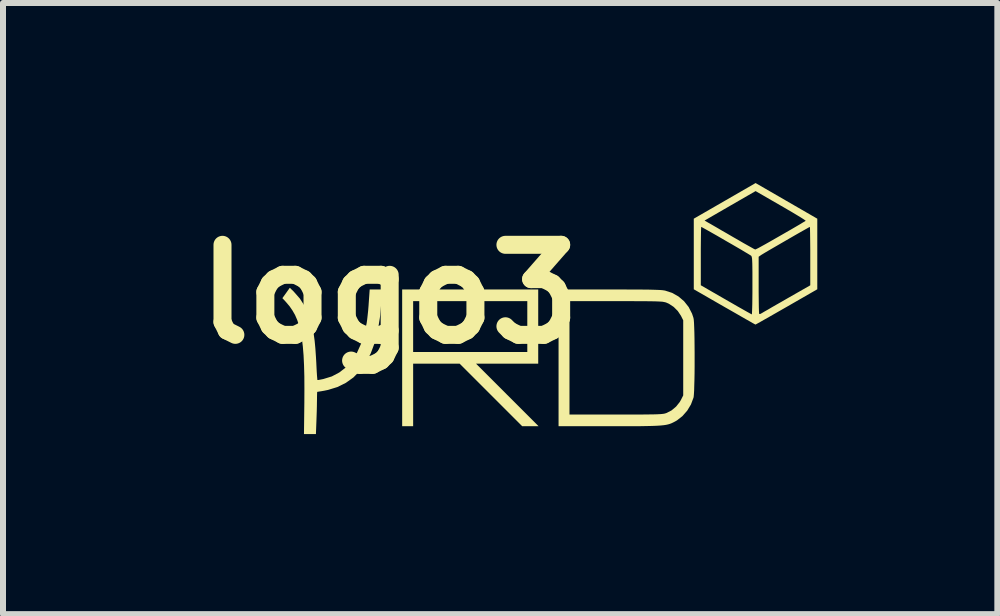
<source format=kicad_pcb>
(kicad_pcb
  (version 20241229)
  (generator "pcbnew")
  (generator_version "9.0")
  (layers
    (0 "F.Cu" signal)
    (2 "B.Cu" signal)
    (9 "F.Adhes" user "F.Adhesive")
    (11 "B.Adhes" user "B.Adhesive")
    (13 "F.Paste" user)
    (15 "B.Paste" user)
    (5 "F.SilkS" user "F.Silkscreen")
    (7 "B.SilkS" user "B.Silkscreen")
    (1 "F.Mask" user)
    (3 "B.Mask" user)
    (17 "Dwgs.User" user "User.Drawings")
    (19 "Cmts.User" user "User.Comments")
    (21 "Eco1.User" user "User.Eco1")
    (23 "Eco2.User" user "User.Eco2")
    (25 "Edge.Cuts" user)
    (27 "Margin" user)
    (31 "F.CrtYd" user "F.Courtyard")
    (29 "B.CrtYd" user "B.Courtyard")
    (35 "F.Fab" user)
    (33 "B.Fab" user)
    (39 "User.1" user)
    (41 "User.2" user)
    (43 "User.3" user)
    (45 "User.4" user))
  (footprint "logo3"
    (layer "F.Cu")
    (at 3.443 1.851)
    (property "Reference" "logo3" (at 0 0 0) (layer "F.SilkS") (effects (font (size 1.5 1.5) (thickness 0.3))))
    (attr board_only exclude_from_pos_files exclude_from_bom)
    (fp_poly (pts (xy 2.475 0.541) (xy 2.475 1.159) (xy 1.957 1.159) (xy 1.439 1.159) (xy 1.96 1.68) (xy 2.481 2.201) (xy 2.344 2.201) (xy 2.208 2.201) (xy 1.687 1.68) (xy 1.166 1.159) (xy 0.778 1.159) (xy 0.391 1.159) (xy 0.391 1.68) (xy 0.391 2.201) (xy 0.3 2.201) (xy 0.208 2.201) (xy 0.208 1.062) (xy 0.208 0.117) (xy 0.391 0.117) (xy 0.391 0.541) (xy 0.391 0.964) (xy 1.342 0.964) (xy 2.293 0.964) (xy 2.293 0.541) (xy 2.293 0.117) (xy 1.342 0.117) (xy 0.391 0.117) (xy 0.208 0.117) (xy 0.208 -0.078) (xy 1.342 -0.078) (xy 2.475 -0.078)) (stroke (width 0) (type solid)) (fill yes) (layer "F.SilkS"))
    (fp_poly (pts (xy -1.599 -0.043) (xy -1.495 0.076) (xy -1.407 0.213) (xy -1.339 0.364) (xy -1.303 0.479) (xy -1.282 0.571) (xy -1.265 0.67) (xy -1.25 0.78) (xy -1.238 0.907) (xy -1.228 1.053) (xy -1.223 1.14) (xy -1.219 1.223) (xy -1.215 1.298) (xy -1.211 1.359) (xy -1.207 1.404) (xy -1.205 1.428) (xy -1.204 1.431) (xy -1.19 1.431) (xy -1.158 1.425) (xy -1.113 1.416) (xy -1.104 1.414) (xy -0.964 1.371) (xy -0.839 1.305) (xy -0.727 1.218) (xy -0.629 1.108) (xy -0.545 0.977) (xy -0.476 0.824) (xy -0.42 0.649) (xy -0.384 0.485) (xy -0.376 0.432) (xy -0.368 0.361) (xy -0.359 0.278) (xy -0.352 0.192) (xy -0.349 0.147) (xy -0.333 -0.078) (xy -0.23 -0.078) (xy -0.127 -0.078) (xy -0.136 0.081) (xy -0.142 0.165) (xy -0.15 0.259) (xy -0.158 0.35) (xy -0.164 0.397) (xy -0.199 0.615) (xy -0.25 0.812) (xy -0.316 0.988) (xy -0.397 1.142) (xy -0.493 1.275) (xy -0.604 1.388) (xy -0.73 1.478) (xy -0.871 1.548) (xy -1.027 1.596) (xy -1.09 1.609) (xy -1.141 1.618) (xy -1.181 1.624) (xy -1.204 1.628) (xy -1.207 1.628) (xy -1.209 1.64) (xy -1.21 1.672) (xy -1.211 1.719) (xy -1.211 1.743) (xy -1.212 1.796) (xy -1.213 1.867) (xy -1.215 1.95) (xy -1.218 2.037) (xy -1.22 2.095) (xy -1.229 2.332) (xy -1.328 2.332) (xy -1.428 2.332) (xy -1.422 1.812) (xy -1.421 1.579) (xy -1.422 1.371) (xy -1.427 1.185) (xy -1.435 1.019) (xy -1.447 0.872) (xy -1.463 0.741) (xy -1.484 0.625) (xy -1.51 0.522) (xy -1.541 0.43) (xy -1.577 0.347) (xy -1.62 0.272) (xy -1.669 0.201) (xy -1.725 0.135) (xy -1.743 0.115) (xy -1.788 0.067) (xy -1.726 -0.019) (xy -1.664 -0.106)) (stroke (width 0) (type solid)) (fill yes) (layer "F.SilkS"))
    (fp_poly (pts (xy 3.657 -0.078) (xy 3.834 -0.078) (xy 3.987 -0.077) (xy 4.118 -0.077) (xy 4.229 -0.076) (xy 4.321 -0.075) (xy 4.396 -0.073) (xy 4.457 -0.071) (xy 4.505 -0.069) (xy 4.543 -0.066) (xy 4.571 -0.062) (xy 4.589 -0.059) (xy 4.706 -0.021) (xy 4.812 0.039) (xy 4.905 0.118) (xy 4.981 0.214) (xy 5.038 0.325) (xy 5.062 0.397) (xy 5.067 0.428) (xy 5.071 0.481) (xy 5.074 0.554) (xy 5.077 0.643) (xy 5.079 0.744) (xy 5.08 0.854) (xy 5.081 0.971) (xy 5.081 1.09) (xy 5.081 1.208) (xy 5.08 1.322) (xy 5.078 1.429) (xy 5.075 1.524) (xy 5.073 1.606) (xy 5.069 1.67) (xy 5.065 1.713) (xy 5.062 1.726) (xy 5.02 1.838) (xy 4.958 1.941) (xy 4.879 2.031) (xy 4.788 2.103) (xy 4.755 2.122) (xy 4.726 2.137) (xy 4.699 2.15) (xy 4.671 2.161) (xy 4.641 2.17) (xy 4.605 2.178) (xy 4.564 2.184) (xy 4.513 2.189) (xy 4.451 2.193) (xy 4.377 2.196) (xy 4.288 2.198) (xy 4.181 2.2) (xy 4.056 2.2) (xy 3.91 2.201) (xy 3.741 2.201) (xy 3.657 2.201) (xy 2.814 2.201) (xy 2.814 1.062) (xy 2.814 0.117) (xy 2.996 0.117) (xy 2.996 1.062) (xy 2.996 2.006) (xy 3.77 2.006) (xy 3.932 2.006) (xy 4.07 2.006) (xy 4.186 2.006) (xy 4.282 2.005) (xy 4.361 2.004) (xy 4.425 2.003) (xy 4.475 2.001) (xy 4.514 1.999) (xy 4.544 1.996) (xy 4.568 1.993) (xy 4.586 1.989) (xy 4.602 1.984) (xy 4.616 1.979) (xy 4.697 1.937) (xy 4.772 1.874) (xy 4.832 1.799) (xy 4.853 1.763) (xy 4.891 1.687) (xy 4.891 1.062) (xy 4.891 0.436) (xy 4.853 0.36) (xy 4.8 0.281) (xy 4.731 0.212) (xy 4.652 0.16) (xy 4.616 0.144) (xy 4.601 0.138) (xy 4.584 0.134) (xy 4.565 0.13) (xy 4.541 0.126) (xy 4.51 0.124) (xy 4.47 0.122) (xy 4.419 0.12) (xy 4.354 0.119) (xy 4.273 0.118) (xy 4.175 0.118) (xy 4.056 0.117) (xy 3.916 0.117) (xy 3.77 0.117) (xy 2.996 0.117) (xy 2.814 0.117) (xy 2.814 -0.078)) (stroke (width 0) (type solid)) (fill yes) (layer "F.SilkS"))
    (fp_poly (pts (xy 6.611 -1.554) (xy 7.125 -1.257) (xy 7.125 -0.669) (xy 7.125 -0.081) (xy 6.612 0.214) (xy 6.507 0.274) (xy 6.409 0.33) (xy 6.32 0.381) (xy 6.242 0.425) (xy 6.179 0.461) (xy 6.132 0.487) (xy 6.103 0.503) (xy 6.095 0.507) (xy 6.083 0.501) (xy 6.05 0.483) (xy 6 0.454) (xy 5.934 0.417) (xy 5.854 0.371) (xy 5.764 0.319) (xy 5.664 0.262) (xy 5.578 0.213) (xy 5.067 -0.081) (xy 5.067 -0.148) (xy 5.184 -0.148) (xy 5.604 0.094) (xy 5.7 0.149) (xy 5.788 0.2) (xy 5.866 0.244) (xy 5.933 0.282) (xy 5.985 0.311) (xy 6.019 0.33) (xy 6.034 0.338) (xy 6.034 0.338) (xy 6.036 0.325) (xy 6.038 0.29) (xy 6.04 0.234) (xy 6.042 0.161) (xy 6.043 0.073) (xy 6.044 -0.027) (xy 6.044 -0.135) (xy 6.044 -0.141) (xy 6.044 -0.151) (xy 6.148 -0.151) (xy 6.148 -0.043) (xy 6.149 0.058) (xy 6.15 0.146) (xy 6.151 0.221) (xy 6.153 0.279) (xy 6.155 0.316) (xy 6.157 0.33) (xy 6.173 0.331) (xy 6.193 0.321) (xy 6.21 0.311) (xy 6.247 0.289) (xy 6.302 0.258) (xy 6.37 0.218) (xy 6.45 0.172) (xy 6.538 0.122) (xy 6.614 0.078) (xy 7.008 -0.147) (xy 7.008 -0.634) (xy 7.008 -0.743) (xy 7.007 -0.844) (xy 7.006 -0.934) (xy 7.005 -1.009) (xy 7.004 -1.067) (xy 7.003 -1.105) (xy 7.001 -1.12) (xy 7.001 -1.12) (xy 6.988 -1.114) (xy 6.956 -1.096) (xy 6.908 -1.069) (xy 6.846 -1.034) (xy 6.774 -0.993) (xy 6.696 -0.948) (xy 6.613 -0.9) (xy 6.53 -0.852) (xy 6.449 -0.805) (xy 6.373 -0.761) (xy 6.306 -0.722) (xy 6.25 -0.689) (xy 6.209 -0.664) (xy 6.186 -0.65) (xy 6.184 -0.648) (xy 6.148 -0.623) (xy 6.148 -0.151) (xy 6.044 -0.151) (xy 6.044 -0.266) (xy 6.044 -0.368) (xy 6.043 -0.449) (xy 6.042 -0.511) (xy 6.04 -0.558) (xy 6.038 -0.591) (xy 6.034 -0.614) (xy 6.03 -0.628) (xy 6.025 -0.637) (xy 6.021 -0.641) (xy 6.005 -0.651) (xy 5.971 -0.672) (xy 5.92 -0.702) (xy 5.857 -0.74) (xy 5.783 -0.783) (xy 5.704 -0.829) (xy 5.62 -0.877) (xy 5.536 -0.926) (xy 5.455 -0.973) (xy 5.379 -1.016) (xy 5.312 -1.054) (xy 5.257 -1.085) (xy 5.217 -1.107) (xy 5.195 -1.119) (xy 5.191 -1.12) (xy 5.19 -1.108) (xy 5.188 -1.072) (xy 5.187 -1.016) (xy 5.186 -0.942) (xy 5.185 -0.854) (xy 5.184 -0.754) (xy 5.184 -0.645) (xy 5.184 -0.634) (xy 5.184 -0.148) (xy 5.067 -0.148) (xy 5.067 -0.669) (xy 5.067 -1.226) (xy 5.247 -1.226) (xy 5.316 -1.186) (xy 5.345 -1.17) (xy 5.393 -1.142) (xy 5.457 -1.105) (xy 5.532 -1.061) (xy 5.616 -1.013) (xy 5.705 -0.961) (xy 5.731 -0.946) (xy 5.818 -0.896) (xy 5.897 -0.85) (xy 5.967 -0.811) (xy 6.024 -0.779) (xy 6.065 -0.756) (xy 6.088 -0.745) (xy 6.092 -0.744) (xy 6.106 -0.75) (xy 6.141 -0.767) (xy 6.192 -0.795) (xy 6.259 -0.832) (xy 6.337 -0.876) (xy 6.424 -0.926) (xy 6.515 -0.978) (xy 6.609 -1.032) (xy 6.696 -1.082) (xy 6.773 -1.127) (xy 6.838 -1.165) (xy 6.887 -1.195) (xy 6.92 -1.214) (xy 6.932 -1.222) (xy 6.923 -1.23) (xy 6.894 -1.25) (xy 6.847 -1.28) (xy 6.784 -1.318) (xy 6.709 -1.363) (xy 6.623 -1.413) (xy 6.529 -1.468) (xy 6.518 -1.474) (xy 6.097 -1.717) (xy 5.672 -1.472) (xy 5.247 -1.226) (xy 5.067 -1.226) (xy 5.067 -1.257) (xy 5.582 -1.554) (xy 6.097 -1.851)) (stroke (width 0) (type solid)) (fill yes) (layer "F.SilkS")))
  (gr_rect
    (start -3 -3)
    (end 13.568 7.183)
    (stroke (width 0.1) (type default))
    (fill no)
    (layer "Edge.Cuts")))
</source>
